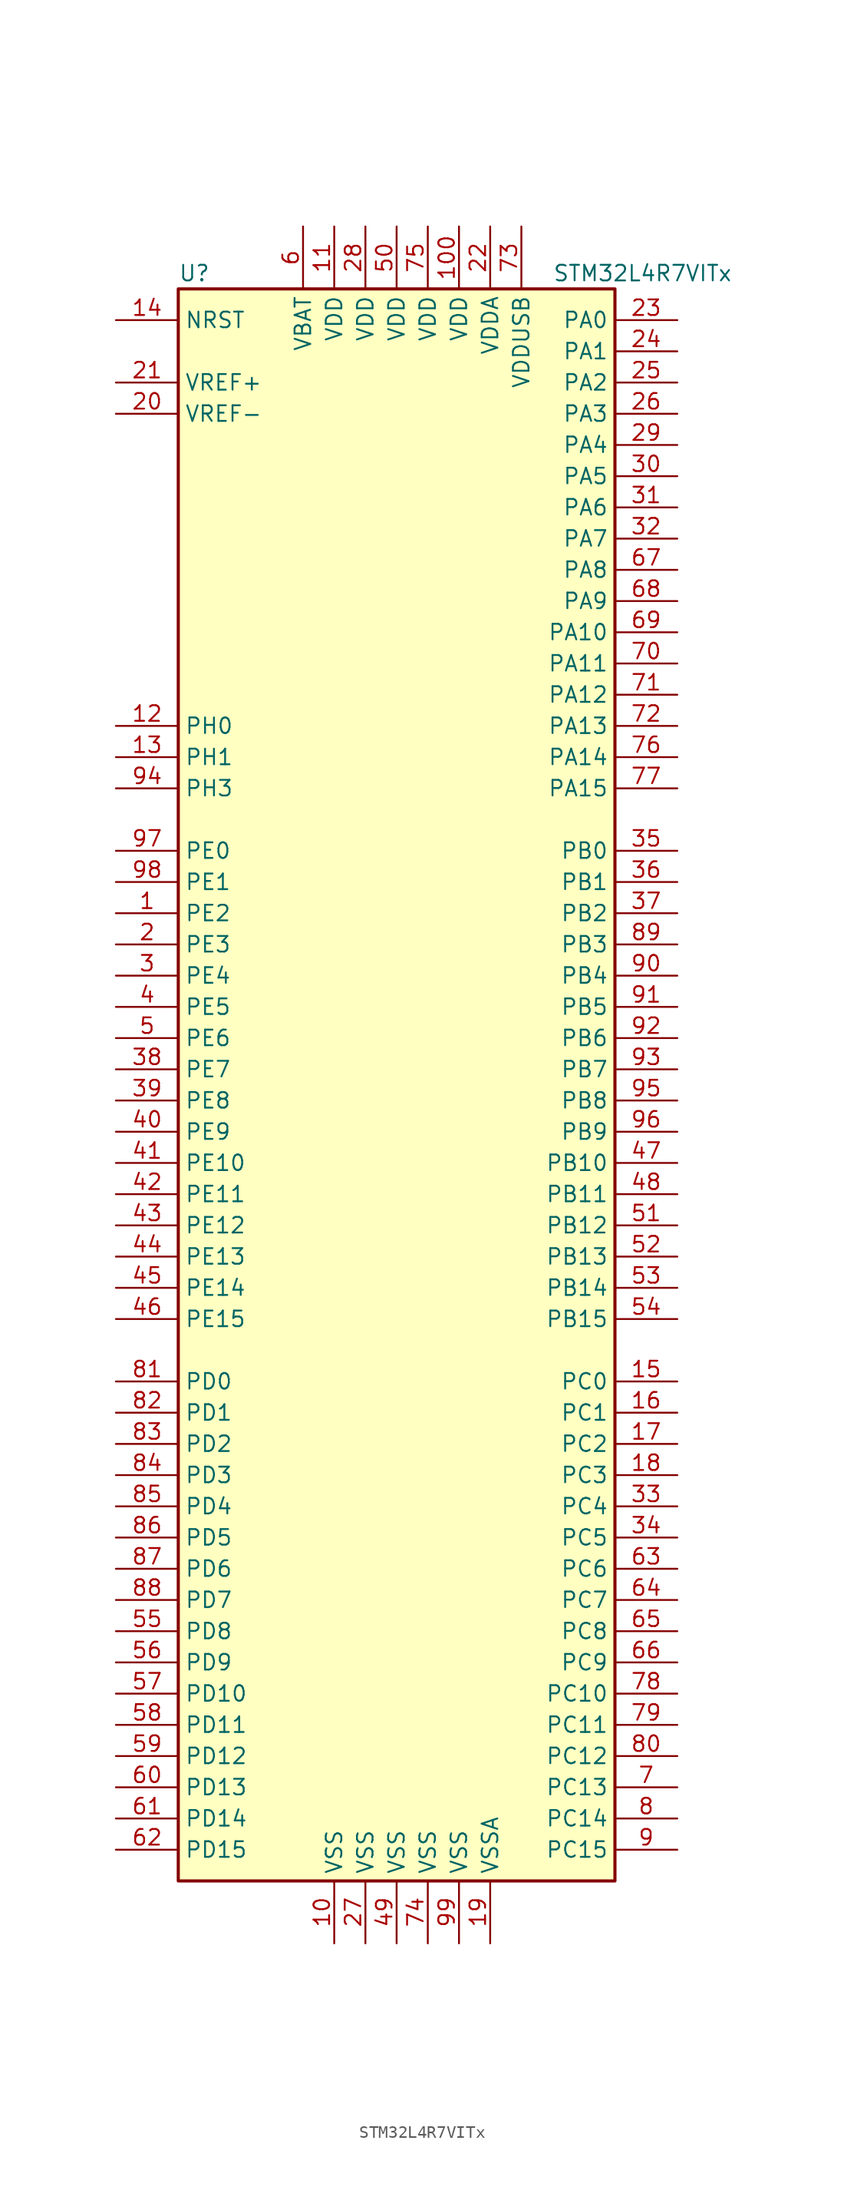
<source format=kicad_sym>
(kicad_symbol_lib
  (version 20201005)
  (generator kicad_symbol_editor)
  (symbol "STM32L4R7VITx"
    (property "Reference" "U"
      (at -17.78 64.77 0)
      (effects (font (size 1.27 1.27)) (justify left)))
    (property "Value" "STM32L4R7VITx"
      (at 12.7 64.77 0)
      (effects (font (size 1.27 1.27)) (justify left)))
    (symbol "STM32L4R7VITx_0_1"
      (rectangle (start -17.78 -66.04) (end 17.78 63.5) (stroke (width 0.254)) (fill (type background))))
    (symbol "STM32L4R7VITx_1_1"
      (pin input line (at -22.86 60.96 0) (length 5.08) (name "NRST" (effects (font (size 1.27 1.27)))) (number "14" (effects (font (size 1.27 1.27)))))
      (pin bidirectional line (at 22.86 60.96 180) (length 5.08) (name "PA0" (effects (font (size 1.27 1.27)))) (number "23" (effects (font (size 1.27 1.27)))))
      (pin bidirectional line (at 22.86 58.42 180) (length 5.08) (name "PA1" (effects (font (size 1.27 1.27)))) (number "24" (effects (font (size 1.27 1.27)))))
      (pin bidirectional line (at 22.86 35.56 180) (length 5.08) (name "PA10" (effects (font (size 1.27 1.27)))) (number "69" (effects (font (size 1.27 1.27)))))
      (pin bidirectional line (at 22.86 33.02 180) (length 5.08) (name "PA11" (effects (font (size 1.27 1.27)))) (number "70" (effects (font (size 1.27 1.27)))))
      (pin bidirectional line (at 22.86 30.48 180) (length 5.08) (name "PA12" (effects (font (size 1.27 1.27)))) (number "71" (effects (font (size 1.27 1.27)))))
      (pin bidirectional line (at 22.86 27.94 180) (length 5.08) (name "PA13" (effects (font (size 1.27 1.27)))) (number "72" (effects (font (size 1.27 1.27)))))
      (pin bidirectional line (at 22.86 25.4 180) (length 5.08) (name "PA14" (effects (font (size 1.27 1.27)))) (number "76" (effects (font (size 1.27 1.27)))))
      (pin bidirectional line (at 22.86 22.86 180) (length 5.08) (name "PA15" (effects (font (size 1.27 1.27)))) (number "77" (effects (font (size 1.27 1.27)))))
      (pin bidirectional line (at 22.86 55.88 180) (length 5.08) (name "PA2" (effects (font (size 1.27 1.27)))) (number "25" (effects (font (size 1.27 1.27)))))
      (pin bidirectional line (at 22.86 53.34 180) (length 5.08) (name "PA3" (effects (font (size 1.27 1.27)))) (number "26" (effects (font (size 1.27 1.27)))))
      (pin bidirectional line (at 22.86 50.8 180) (length 5.08) (name "PA4" (effects (font (size 1.27 1.27)))) (number "29" (effects (font (size 1.27 1.27)))))
      (pin bidirectional line (at 22.86 48.26 180) (length 5.08) (name "PA5" (effects (font (size 1.27 1.27)))) (number "30" (effects (font (size 1.27 1.27)))))
      (pin bidirectional line (at 22.86 45.72 180) (length 5.08) (name "PA6" (effects (font (size 1.27 1.27)))) (number "31" (effects (font (size 1.27 1.27)))))
      (pin bidirectional line (at 22.86 43.18 180) (length 5.08) (name "PA7" (effects (font (size 1.27 1.27)))) (number "32" (effects (font (size 1.27 1.27)))))
      (pin bidirectional line (at 22.86 40.64 180) (length 5.08) (name "PA8" (effects (font (size 1.27 1.27)))) (number "67" (effects (font (size 1.27 1.27)))))
      (pin bidirectional line (at 22.86 38.1 180) (length 5.08) (name "PA9" (effects (font (size 1.27 1.27)))) (number "68" (effects (font (size 1.27 1.27)))))
      (pin bidirectional line (at 22.86 17.78 180) (length 5.08) (name "PB0" (effects (font (size 1.27 1.27)))) (number "35" (effects (font (size 1.27 1.27)))))
      (pin bidirectional line (at 22.86 15.24 180) (length 5.08) (name "PB1" (effects (font (size 1.27 1.27)))) (number "36" (effects (font (size 1.27 1.27)))))
      (pin bidirectional line (at 22.86 -7.62 180) (length 5.08) (name "PB10" (effects (font (size 1.27 1.27)))) (number "47" (effects (font (size 1.27 1.27)))))
      (pin bidirectional line (at 22.86 -10.16 180) (length 5.08) (name "PB11" (effects (font (size 1.27 1.27)))) (number "48" (effects (font (size 1.27 1.27)))))
      (pin bidirectional line (at 22.86 -12.7 180) (length 5.08) (name "PB12" (effects (font (size 1.27 1.27)))) (number "51" (effects (font (size 1.27 1.27)))))
      (pin bidirectional line (at 22.86 -15.24 180) (length 5.08) (name "PB13" (effects (font (size 1.27 1.27)))) (number "52" (effects (font (size 1.27 1.27)))))
      (pin bidirectional line (at 22.86 -17.78 180) (length 5.08) (name "PB14" (effects (font (size 1.27 1.27)))) (number "53" (effects (font (size 1.27 1.27)))))
      (pin bidirectional line (at 22.86 -20.32 180) (length 5.08) (name "PB15" (effects (font (size 1.27 1.27)))) (number "54" (effects (font (size 1.27 1.27)))))
      (pin bidirectional line (at 22.86 12.7 180) (length 5.08) (name "PB2" (effects (font (size 1.27 1.27)))) (number "37" (effects (font (size 1.27 1.27)))))
      (pin bidirectional line (at 22.86 10.16 180) (length 5.08) (name "PB3" (effects (font (size 1.27 1.27)))) (number "89" (effects (font (size 1.27 1.27)))))
      (pin bidirectional line (at 22.86 7.62 180) (length 5.08) (name "PB4" (effects (font (size 1.27 1.27)))) (number "90" (effects (font (size 1.27 1.27)))))
      (pin bidirectional line (at 22.86 5.08 180) (length 5.08) (name "PB5" (effects (font (size 1.27 1.27)))) (number "91" (effects (font (size 1.27 1.27)))))
      (pin bidirectional line (at 22.86 2.54 180) (length 5.08) (name "PB6" (effects (font (size 1.27 1.27)))) (number "92" (effects (font (size 1.27 1.27)))))
      (pin bidirectional line (at 22.86 0 180) (length 5.08) (name "PB7" (effects (font (size 1.27 1.27)))) (number "93" (effects (font (size 1.27 1.27)))))
      (pin bidirectional line (at 22.86 -2.54 180) (length 5.08) (name "PB8" (effects (font (size 1.27 1.27)))) (number "95" (effects (font (size 1.27 1.27)))))
      (pin bidirectional line (at 22.86 -5.08 180) (length 5.08) (name "PB9" (effects (font (size 1.27 1.27)))) (number "96" (effects (font (size 1.27 1.27)))))
      (pin bidirectional line (at 22.86 -25.4 180) (length 5.08) (name "PC0" (effects (font (size 1.27 1.27)))) (number "15" (effects (font (size 1.27 1.27)))))
      (pin bidirectional line (at 22.86 -27.94 180) (length 5.08) (name "PC1" (effects (font (size 1.27 1.27)))) (number "16" (effects (font (size 1.27 1.27)))))
      (pin bidirectional line (at 22.86 -50.8 180) (length 5.08) (name "PC10" (effects (font (size 1.27 1.27)))) (number "78" (effects (font (size 1.27 1.27)))))
      (pin bidirectional line (at 22.86 -53.34 180) (length 5.08) (name "PC11" (effects (font (size 1.27 1.27)))) (number "79" (effects (font (size 1.27 1.27)))))
      (pin bidirectional line (at 22.86 -55.88 180) (length 5.08) (name "PC12" (effects (font (size 1.27 1.27)))) (number "80" (effects (font (size 1.27 1.27)))))
      (pin bidirectional line (at 22.86 -58.42 180) (length 5.08) (name "PC13" (effects (font (size 1.27 1.27)))) (number "7" (effects (font (size 1.27 1.27)))))
      (pin bidirectional line (at 22.86 -60.96 180) (length 5.08) (name "PC14" (effects (font (size 1.27 1.27)))) (number "8" (effects (font (size 1.27 1.27)))))
      (pin bidirectional line (at 22.86 -63.5 180) (length 5.08) (name "PC15" (effects (font (size 1.27 1.27)))) (number "9" (effects (font (size 1.27 1.27)))))
      (pin bidirectional line (at 22.86 -30.48 180) (length 5.08) (name "PC2" (effects (font (size 1.27 1.27)))) (number "17" (effects (font (size 1.27 1.27)))))
      (pin bidirectional line (at 22.86 -33.02 180) (length 5.08) (name "PC3" (effects (font (size 1.27 1.27)))) (number "18" (effects (font (size 1.27 1.27)))))
      (pin bidirectional line (at 22.86 -35.56 180) (length 5.08) (name "PC4" (effects (font (size 1.27 1.27)))) (number "33" (effects (font (size 1.27 1.27)))))
      (pin bidirectional line (at 22.86 -38.1 180) (length 5.08) (name "PC5" (effects (font (size 1.27 1.27)))) (number "34" (effects (font (size 1.27 1.27)))))
      (pin bidirectional line (at 22.86 -40.64 180) (length 5.08) (name "PC6" (effects (font (size 1.27 1.27)))) (number "63" (effects (font (size 1.27 1.27)))))
      (pin bidirectional line (at 22.86 -43.18 180) (length 5.08) (name "PC7" (effects (font (size 1.27 1.27)))) (number "64" (effects (font (size 1.27 1.27)))))
      (pin bidirectional line (at 22.86 -45.72 180) (length 5.08) (name "PC8" (effects (font (size 1.27 1.27)))) (number "65" (effects (font (size 1.27 1.27)))))
      (pin bidirectional line (at 22.86 -48.26 180) (length 5.08) (name "PC9" (effects (font (size 1.27 1.27)))) (number "66" (effects (font (size 1.27 1.27)))))
      (pin bidirectional line (at -22.86 -25.4 0) (length 5.08) (name "PD0" (effects (font (size 1.27 1.27)))) (number "81" (effects (font (size 1.27 1.27)))))
      (pin bidirectional line (at -22.86 -27.94 0) (length 5.08) (name "PD1" (effects (font (size 1.27 1.27)))) (number "82" (effects (font (size 1.27 1.27)))))
      (pin bidirectional line (at -22.86 -50.8 0) (length 5.08) (name "PD10" (effects (font (size 1.27 1.27)))) (number "57" (effects (font (size 1.27 1.27)))))
      (pin bidirectional line (at -22.86 -53.34 0) (length 5.08) (name "PD11" (effects (font (size 1.27 1.27)))) (number "58" (effects (font (size 1.27 1.27)))))
      (pin bidirectional line (at -22.86 -55.88 0) (length 5.08) (name "PD12" (effects (font (size 1.27 1.27)))) (number "59" (effects (font (size 1.27 1.27)))))
      (pin bidirectional line (at -22.86 -58.42 0) (length 5.08) (name "PD13" (effects (font (size 1.27 1.27)))) (number "60" (effects (font (size 1.27 1.27)))))
      (pin bidirectional line (at -22.86 -60.96 0) (length 5.08) (name "PD14" (effects (font (size 1.27 1.27)))) (number "61" (effects (font (size 1.27 1.27)))))
      (pin bidirectional line (at -22.86 -63.5 0) (length 5.08) (name "PD15" (effects (font (size 1.27 1.27)))) (number "62" (effects (font (size 1.27 1.27)))))
      (pin bidirectional line (at -22.86 -30.48 0) (length 5.08) (name "PD2" (effects (font (size 1.27 1.27)))) (number "83" (effects (font (size 1.27 1.27)))))
      (pin bidirectional line (at -22.86 -33.02 0) (length 5.08) (name "PD3" (effects (font (size 1.27 1.27)))) (number "84" (effects (font (size 1.27 1.27)))))
      (pin bidirectional line (at -22.86 -35.56 0) (length 5.08) (name "PD4" (effects (font (size 1.27 1.27)))) (number "85" (effects (font (size 1.27 1.27)))))
      (pin bidirectional line (at -22.86 -38.1 0) (length 5.08) (name "PD5" (effects (font (size 1.27 1.27)))) (number "86" (effects (font (size 1.27 1.27)))))
      (pin bidirectional line (at -22.86 -40.64 0) (length 5.08) (name "PD6" (effects (font (size 1.27 1.27)))) (number "87" (effects (font (size 1.27 1.27)))))
      (pin bidirectional line (at -22.86 -43.18 0) (length 5.08) (name "PD7" (effects (font (size 1.27 1.27)))) (number "88" (effects (font (size 1.27 1.27)))))
      (pin bidirectional line (at -22.86 -45.72 0) (length 5.08) (name "PD8" (effects (font (size 1.27 1.27)))) (number "55" (effects (font (size 1.27 1.27)))))
      (pin bidirectional line (at -22.86 -48.26 0) (length 5.08) (name "PD9" (effects (font (size 1.27 1.27)))) (number "56" (effects (font (size 1.27 1.27)))))
      (pin bidirectional line (at -22.86 17.78 0) (length 5.08) (name "PE0" (effects (font (size 1.27 1.27)))) (number "97" (effects (font (size 1.27 1.27)))))
      (pin bidirectional line (at -22.86 15.24 0) (length 5.08) (name "PE1" (effects (font (size 1.27 1.27)))) (number "98" (effects (font (size 1.27 1.27)))))
      (pin bidirectional line (at -22.86 -7.62 0) (length 5.08) (name "PE10" (effects (font (size 1.27 1.27)))) (number "41" (effects (font (size 1.27 1.27)))))
      (pin bidirectional line (at -22.86 -10.16 0) (length 5.08) (name "PE11" (effects (font (size 1.27 1.27)))) (number "42" (effects (font (size 1.27 1.27)))))
      (pin bidirectional line (at -22.86 -12.7 0) (length 5.08) (name "PE12" (effects (font (size 1.27 1.27)))) (number "43" (effects (font (size 1.27 1.27)))))
      (pin bidirectional line (at -22.86 -15.24 0) (length 5.08) (name "PE13" (effects (font (size 1.27 1.27)))) (number "44" (effects (font (size 1.27 1.27)))))
      (pin bidirectional line (at -22.86 -17.78 0) (length 5.08) (name "PE14" (effects (font (size 1.27 1.27)))) (number "45" (effects (font (size 1.27 1.27)))))
      (pin bidirectional line (at -22.86 -20.32 0) (length 5.08) (name "PE15" (effects (font (size 1.27 1.27)))) (number "46" (effects (font (size 1.27 1.27)))))
      (pin bidirectional line (at -22.86 12.7 0) (length 5.08) (name "PE2" (effects (font (size 1.27 1.27)))) (number "1" (effects (font (size 1.27 1.27)))))
      (pin bidirectional line (at -22.86 10.16 0) (length 5.08) (name "PE3" (effects (font (size 1.27 1.27)))) (number "2" (effects (font (size 1.27 1.27)))))
      (pin bidirectional line (at -22.86 7.62 0) (length 5.08) (name "PE4" (effects (font (size 1.27 1.27)))) (number "3" (effects (font (size 1.27 1.27)))))
      (pin bidirectional line (at -22.86 5.08 0) (length 5.08) (name "PE5" (effects (font (size 1.27 1.27)))) (number "4" (effects (font (size 1.27 1.27)))))
      (pin bidirectional line (at -22.86 2.54 0) (length 5.08) (name "PE6" (effects (font (size 1.27 1.27)))) (number "5" (effects (font (size 1.27 1.27)))))
      (pin bidirectional line (at -22.86 0 0) (length 5.08) (name "PE7" (effects (font (size 1.27 1.27)))) (number "38" (effects (font (size 1.27 1.27)))))
      (pin bidirectional line (at -22.86 -2.54 0) (length 5.08) (name "PE8" (effects (font (size 1.27 1.27)))) (number "39" (effects (font (size 1.27 1.27)))))
      (pin bidirectional line (at -22.86 -5.08 0) (length 5.08) (name "PE9" (effects (font (size 1.27 1.27)))) (number "40" (effects (font (size 1.27 1.27)))))
      (pin input line (at -22.86 27.94 0) (length 5.08) (name "PH0" (effects (font (size 1.27 1.27)))) (number "12" (effects (font (size 1.27 1.27)))))
      (pin input line (at -22.86 25.4 0) (length 5.08) (name "PH1" (effects (font (size 1.27 1.27)))) (number "13" (effects (font (size 1.27 1.27)))))
      (pin bidirectional line (at -22.86 22.86 0) (length 5.08) (name "PH3" (effects (font (size 1.27 1.27)))) (number "94" (effects (font (size 1.27 1.27)))))
      (pin power_in line (at -7.62 68.58 270) (length 5.08) (name "VBAT" (effects (font (size 1.27 1.27)))) (number "6" (effects (font (size 1.27 1.27)))))
      (pin power_in line (at 5.08 68.58 270) (length 5.08) (name "VDD" (effects (font (size 1.27 1.27)))) (number "100" (effects (font (size 1.27 1.27)))))
      (pin power_in line (at -5.08 68.58 270) (length 5.08) (name "VDD" (effects (font (size 1.27 1.27)))) (number "11" (effects (font (size 1.27 1.27)))))
      (pin power_in line (at -2.54 68.58 270) (length 5.08) (name "VDD" (effects (font (size 1.27 1.27)))) (number "28" (effects (font (size 1.27 1.27)))))
      (pin power_in line (at 0 68.58 270) (length 5.08) (name "VDD" (effects (font (size 1.27 1.27)))) (number "50" (effects (font (size 1.27 1.27)))))
      (pin power_in line (at 2.54 68.58 270) (length 5.08) (name "VDD" (effects (font (size 1.27 1.27)))) (number "75" (effects (font (size 1.27 1.27)))))
      (pin power_in line (at 7.62 68.58 270) (length 5.08) (name "VDDA" (effects (font (size 1.27 1.27)))) (number "22" (effects (font (size 1.27 1.27)))))
      (pin power_in line (at 10.16 68.58 270) (length 5.08) (name "VDDUSB" (effects (font (size 1.27 1.27)))) (number "73" (effects (font (size 1.27 1.27)))))
      (pin bidirectional line (at -22.86 55.88 0) (length 5.08) (name "VREF+" (effects (font (size 1.27 1.27)))) (number "21" (effects (font (size 1.27 1.27)))))
      (pin power_in line (at -22.86 53.34 0) (length 5.08) (name "VREF-" (effects (font (size 1.27 1.27)))) (number "20" (effects (font (size 1.27 1.27)))))
      (pin power_in line (at -5.08 -71.12 90) (length 5.08) (name "VSS" (effects (font (size 1.27 1.27)))) (number "10" (effects (font (size 1.27 1.27)))))
      (pin power_in line (at -2.54 -71.12 90) (length 5.08) (name "VSS" (effects (font (size 1.27 1.27)))) (number "27" (effects (font (size 1.27 1.27)))))
      (pin power_in line (at 0 -71.12 90) (length 5.08) (name "VSS" (effects (font (size 1.27 1.27)))) (number "49" (effects (font (size 1.27 1.27)))))
      (pin power_in line (at 2.54 -71.12 90) (length 5.08) (name "VSS" (effects (font (size 1.27 1.27)))) (number "74" (effects (font (size 1.27 1.27)))))
      (pin power_in line (at 5.08 -71.12 90) (length 5.08) (name "VSS" (effects (font (size 1.27 1.27)))) (number "99" (effects (font (size 1.27 1.27)))))
      (pin power_in line (at 7.62 -71.12 90) (length 5.08) (name "VSSA" (effects (font (size 1.27 1.27)))) (number "19" (effects (font (size 1.27 1.27))))))))
</source>
